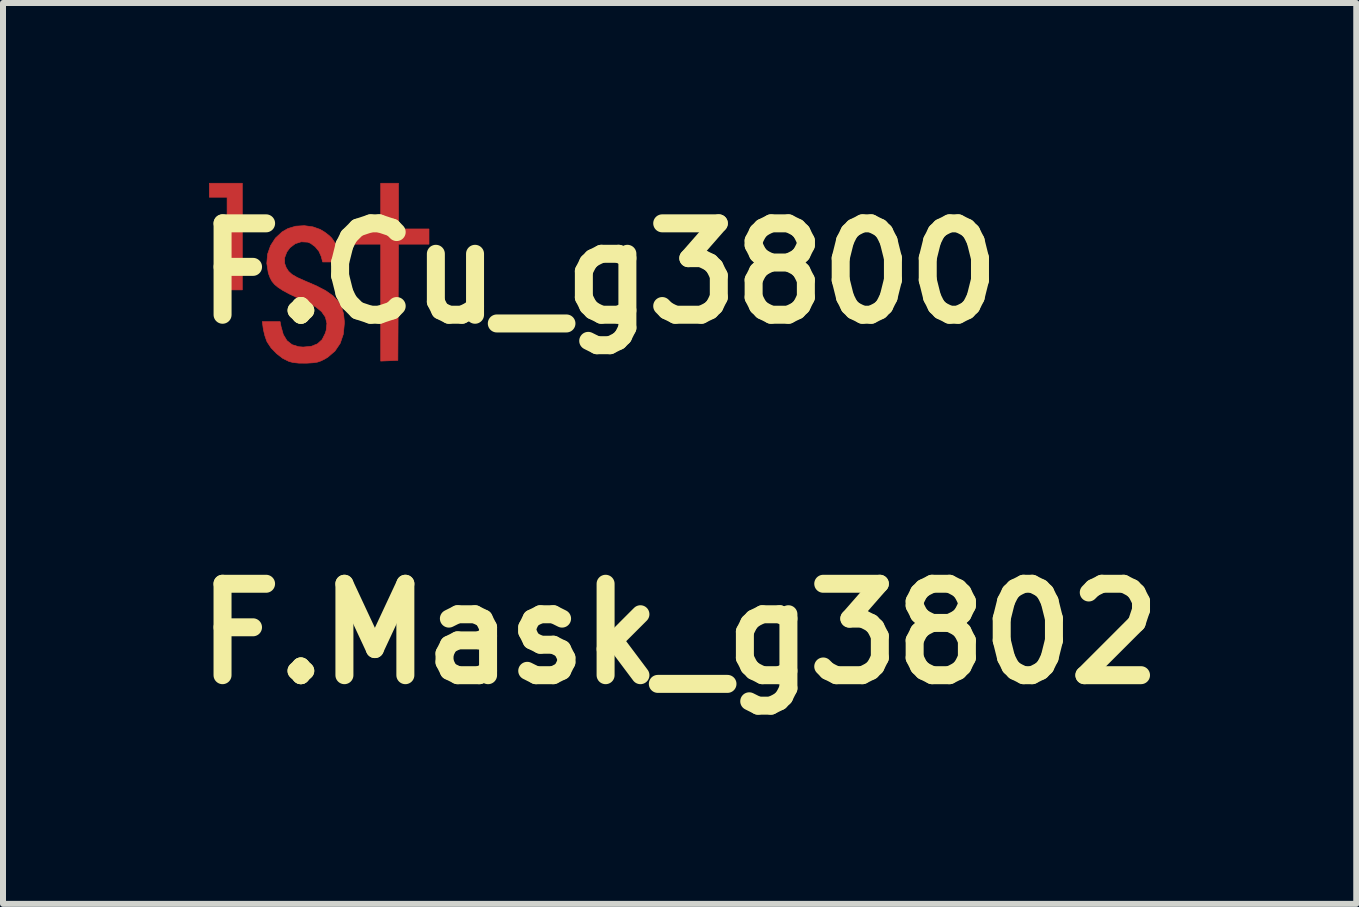
<source format=kicad_pcb>
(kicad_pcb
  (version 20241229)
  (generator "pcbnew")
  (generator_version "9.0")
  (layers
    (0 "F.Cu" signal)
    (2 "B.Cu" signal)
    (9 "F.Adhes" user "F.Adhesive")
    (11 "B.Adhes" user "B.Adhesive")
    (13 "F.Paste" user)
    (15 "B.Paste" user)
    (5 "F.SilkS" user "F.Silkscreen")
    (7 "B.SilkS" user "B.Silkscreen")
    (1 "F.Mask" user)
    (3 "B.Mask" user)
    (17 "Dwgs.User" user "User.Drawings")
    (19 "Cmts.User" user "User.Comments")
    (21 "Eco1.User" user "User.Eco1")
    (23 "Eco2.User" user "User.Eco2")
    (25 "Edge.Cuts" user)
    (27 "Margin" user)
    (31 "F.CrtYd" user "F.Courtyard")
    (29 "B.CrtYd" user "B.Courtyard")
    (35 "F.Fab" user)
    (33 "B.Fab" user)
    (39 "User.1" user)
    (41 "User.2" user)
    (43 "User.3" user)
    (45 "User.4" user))
  (footprint "F.Cu_g3800"
    (layer "F.Cu")
    (at 6.938 1.508)
    (property "Reference" "F.Cu_g3800" (at 0 0 0) (layer "F.SilkS") (effects (font (size 1.524 1.524) (thickness 0.3))))
    (attr through_hole)
    (fp_poly (pts (xy -5.948 0.275) (xy -6.202 0.275) (xy -6.202 -1.27) (xy -6.498 -1.27) (xy -6.498 -1.503) (xy -5.948 -1.503) (xy -5.948 0.275)) (stroke (width 0.01) (type solid)) (fill yes) (layer "F.Cu"))
    (fp_poly (pts (xy -3.344 -0.741) (xy -2.836 -0.741) (xy -2.836 -0.487) (xy -3.344 -0.487) (xy -3.355 1.45) (xy -3.498 1.456) (xy -3.641 1.462) (xy -3.641 -0.487) (xy -4.106 -0.487) (xy -4.106 -0.741) (xy -3.641 -0.741) (xy -3.641 -1.503) (xy -3.344 -1.503) (xy -3.344 -0.741)) (stroke (width 0.01) (type solid)) (fill yes) (layer "F.Cu"))
    (fp_poly (pts (xy -4.771 -0.776) (xy -4.652 -0.734) (xy -4.572 -0.686) (xy -4.495 -0.626) (xy -4.456 -0.587) (xy -4.398 -0.501) (xy -4.351 -0.396) (xy -4.323 -0.293) (xy -4.318 -0.24) (xy -4.321 -0.214) (xy -4.335 -0.199) (xy -4.371 -0.192) (xy -4.436 -0.191) (xy -4.464 -0.191) (xy -4.609 -0.191) (xy -4.633 -0.283) (xy -4.671 -0.369) (xy -4.735 -0.446) (xy -4.813 -0.503) (xy -4.859 -0.521) (xy -4.966 -0.527) (xy -5.067 -0.495) (xy -5.155 -0.427) (xy -5.206 -0.357) (xy -5.243 -0.26) (xy -5.242 -0.166) (xy -5.217 -0.097) (xy -5.178 -0.036) (xy -5.119 0.018) (xy -5.033 0.068) (xy -4.914 0.121) (xy -4.9 0.127) (xy -4.71 0.209) (xy -4.557 0.289) (xy -4.439 0.372) (xy -4.353 0.46) (xy -4.295 0.559) (xy -4.261 0.671) (xy -4.247 0.801) (xy -4.247 0.836) (xy -4.264 1.012) (xy -4.316 1.165) (xy -4.403 1.294) (xy -4.524 1.398) (xy -4.576 1.429) (xy -4.639 1.46) (xy -4.698 1.48) (xy -4.767 1.49) (xy -4.862 1.496) (xy -4.879 1.497) (xy -5.007 1.496) (xy -5.106 1.485) (xy -5.173 1.467) (xy -5.275 1.416) (xy -5.377 1.337) (xy -5.468 1.243) (xy -5.533 1.145) (xy -5.542 1.127) (xy -5.572 1.04) (xy -5.595 0.945) (xy -5.6 0.915) (xy -5.615 0.804) (xy -5.318 0.804) (xy -5.303 0.884) (xy -5.265 1.02) (xy -5.204 1.121) (xy -5.119 1.188) (xy -5.009 1.222) (xy -4.933 1.228) (xy -4.798 1.215) (xy -4.695 1.174) (xy -4.618 1.104) (xy -4.566 1) (xy -4.55 0.949) (xy -4.538 0.833) (xy -4.563 0.729) (xy -4.627 0.637) (xy -4.73 0.554) (xy -4.858 0.486) (xy -5.028 0.408) (xy -5.164 0.343) (xy -5.27 0.286) (xy -5.35 0.234) (xy -5.409 0.185) (xy -5.453 0.133) (xy -5.484 0.076) (xy -5.509 0.01) (xy -5.516 -0.014) (xy -5.54 -0.169) (xy -5.527 -0.321) (xy -5.477 -0.463) (xy -5.396 -0.589) (xy -5.285 -0.692) (xy -5.188 -0.748) (xy -5.059 -0.787) (xy -4.915 -0.796) (xy -4.771 -0.776)) (stroke (width 0.01) (type solid)) (fill yes) (layer "F.Cu")))
  (footprint "F.Mask_g3802"
    (layer "F.Cu")
    (at 8.28 7.517)
    (property "Reference" "F.Mask_g3802" (at 0 0 0) (layer "F.SilkS") (effects (font (size 1.524 1.524) (thickness 0.3))))
    (attr through_hole)
    (fp_poly (pts (xy -5.948 0.275) (xy -6.202 0.275) (xy -6.202 -1.27) (xy -6.498 -1.27) (xy -6.498 -1.503) (xy -5.948 -1.503) (xy -5.948 0.275)) (stroke (width 0.01) (type solid)) (fill yes) (layer "F.Mask"))
    (fp_poly (pts (xy -3.344 -0.741) (xy -2.836 -0.741) (xy -2.836 -0.487) (xy -3.344 -0.487) (xy -3.355 1.45) (xy -3.498 1.456) (xy -3.641 1.462) (xy -3.641 -0.487) (xy -4.106 -0.487) (xy -4.106 -0.741) (xy -3.641 -0.741) (xy -3.641 -1.503) (xy -3.344 -1.503) (xy -3.344 -0.741)) (stroke (width 0.01) (type solid)) (fill yes) (layer "F.Mask"))
    (fp_poly (pts (xy -4.771 -0.776) (xy -4.652 -0.734) (xy -4.572 -0.686) (xy -4.495 -0.626) (xy -4.456 -0.587) (xy -4.398 -0.501) (xy -4.351 -0.396) (xy -4.323 -0.293) (xy -4.318 -0.24) (xy -4.321 -0.214) (xy -4.335 -0.199) (xy -4.371 -0.192) (xy -4.436 -0.191) (xy -4.464 -0.191) (xy -4.609 -0.191) (xy -4.633 -0.283) (xy -4.671 -0.369) (xy -4.735 -0.446) (xy -4.813 -0.503) (xy -4.859 -0.521) (xy -4.966 -0.527) (xy -5.067 -0.495) (xy -5.155 -0.427) (xy -5.206 -0.357) (xy -5.243 -0.26) (xy -5.242 -0.166) (xy -5.217 -0.097) (xy -5.178 -0.036) (xy -5.119 0.018) (xy -5.033 0.068) (xy -4.914 0.121) (xy -4.9 0.127) (xy -4.71 0.209) (xy -4.557 0.289) (xy -4.439 0.372) (xy -4.353 0.46) (xy -4.295 0.559) (xy -4.261 0.671) (xy -4.247 0.801) (xy -4.247 0.836) (xy -4.264 1.012) (xy -4.316 1.165) (xy -4.403 1.294) (xy -4.524 1.398) (xy -4.576 1.429) (xy -4.639 1.46) (xy -4.698 1.48) (xy -4.767 1.49) (xy -4.862 1.496) (xy -4.879 1.497) (xy -5.007 1.496) (xy -5.106 1.485) (xy -5.173 1.467) (xy -5.275 1.416) (xy -5.377 1.337) (xy -5.468 1.243) (xy -5.533 1.145) (xy -5.542 1.127) (xy -5.572 1.04) (xy -5.595 0.945) (xy -5.6 0.915) (xy -5.615 0.804) (xy -5.318 0.804) (xy -5.303 0.884) (xy -5.265 1.02) (xy -5.204 1.121) (xy -5.119 1.188) (xy -5.009 1.222) (xy -4.933 1.228) (xy -4.798 1.215) (xy -4.695 1.174) (xy -4.618 1.104) (xy -4.566 1) (xy -4.55 0.949) (xy -4.538 0.833) (xy -4.563 0.729) (xy -4.627 0.637) (xy -4.73 0.554) (xy -4.858 0.486) (xy -5.028 0.408) (xy -5.164 0.343) (xy -5.27 0.286) (xy -5.35 0.234) (xy -5.409 0.185) (xy -5.453 0.133) (xy -5.484 0.076) (xy -5.509 0.01) (xy -5.516 -0.014) (xy -5.54 -0.169) (xy -5.527 -0.321) (xy -5.477 -0.463) (xy -5.396 -0.589) (xy -5.285 -0.692) (xy -5.188 -0.748) (xy -5.059 -0.787) (xy -4.915 -0.796) (xy -4.771 -0.776)) (stroke (width 0.01) (type solid)) (fill yes) (layer "F.Mask")))
  (gr_rect
    (start -3 -3)
    (end 19.561 12.019)
    (stroke (width 0.1) (type default))
    (fill no)
    (layer "Edge.Cuts")))
</source>
